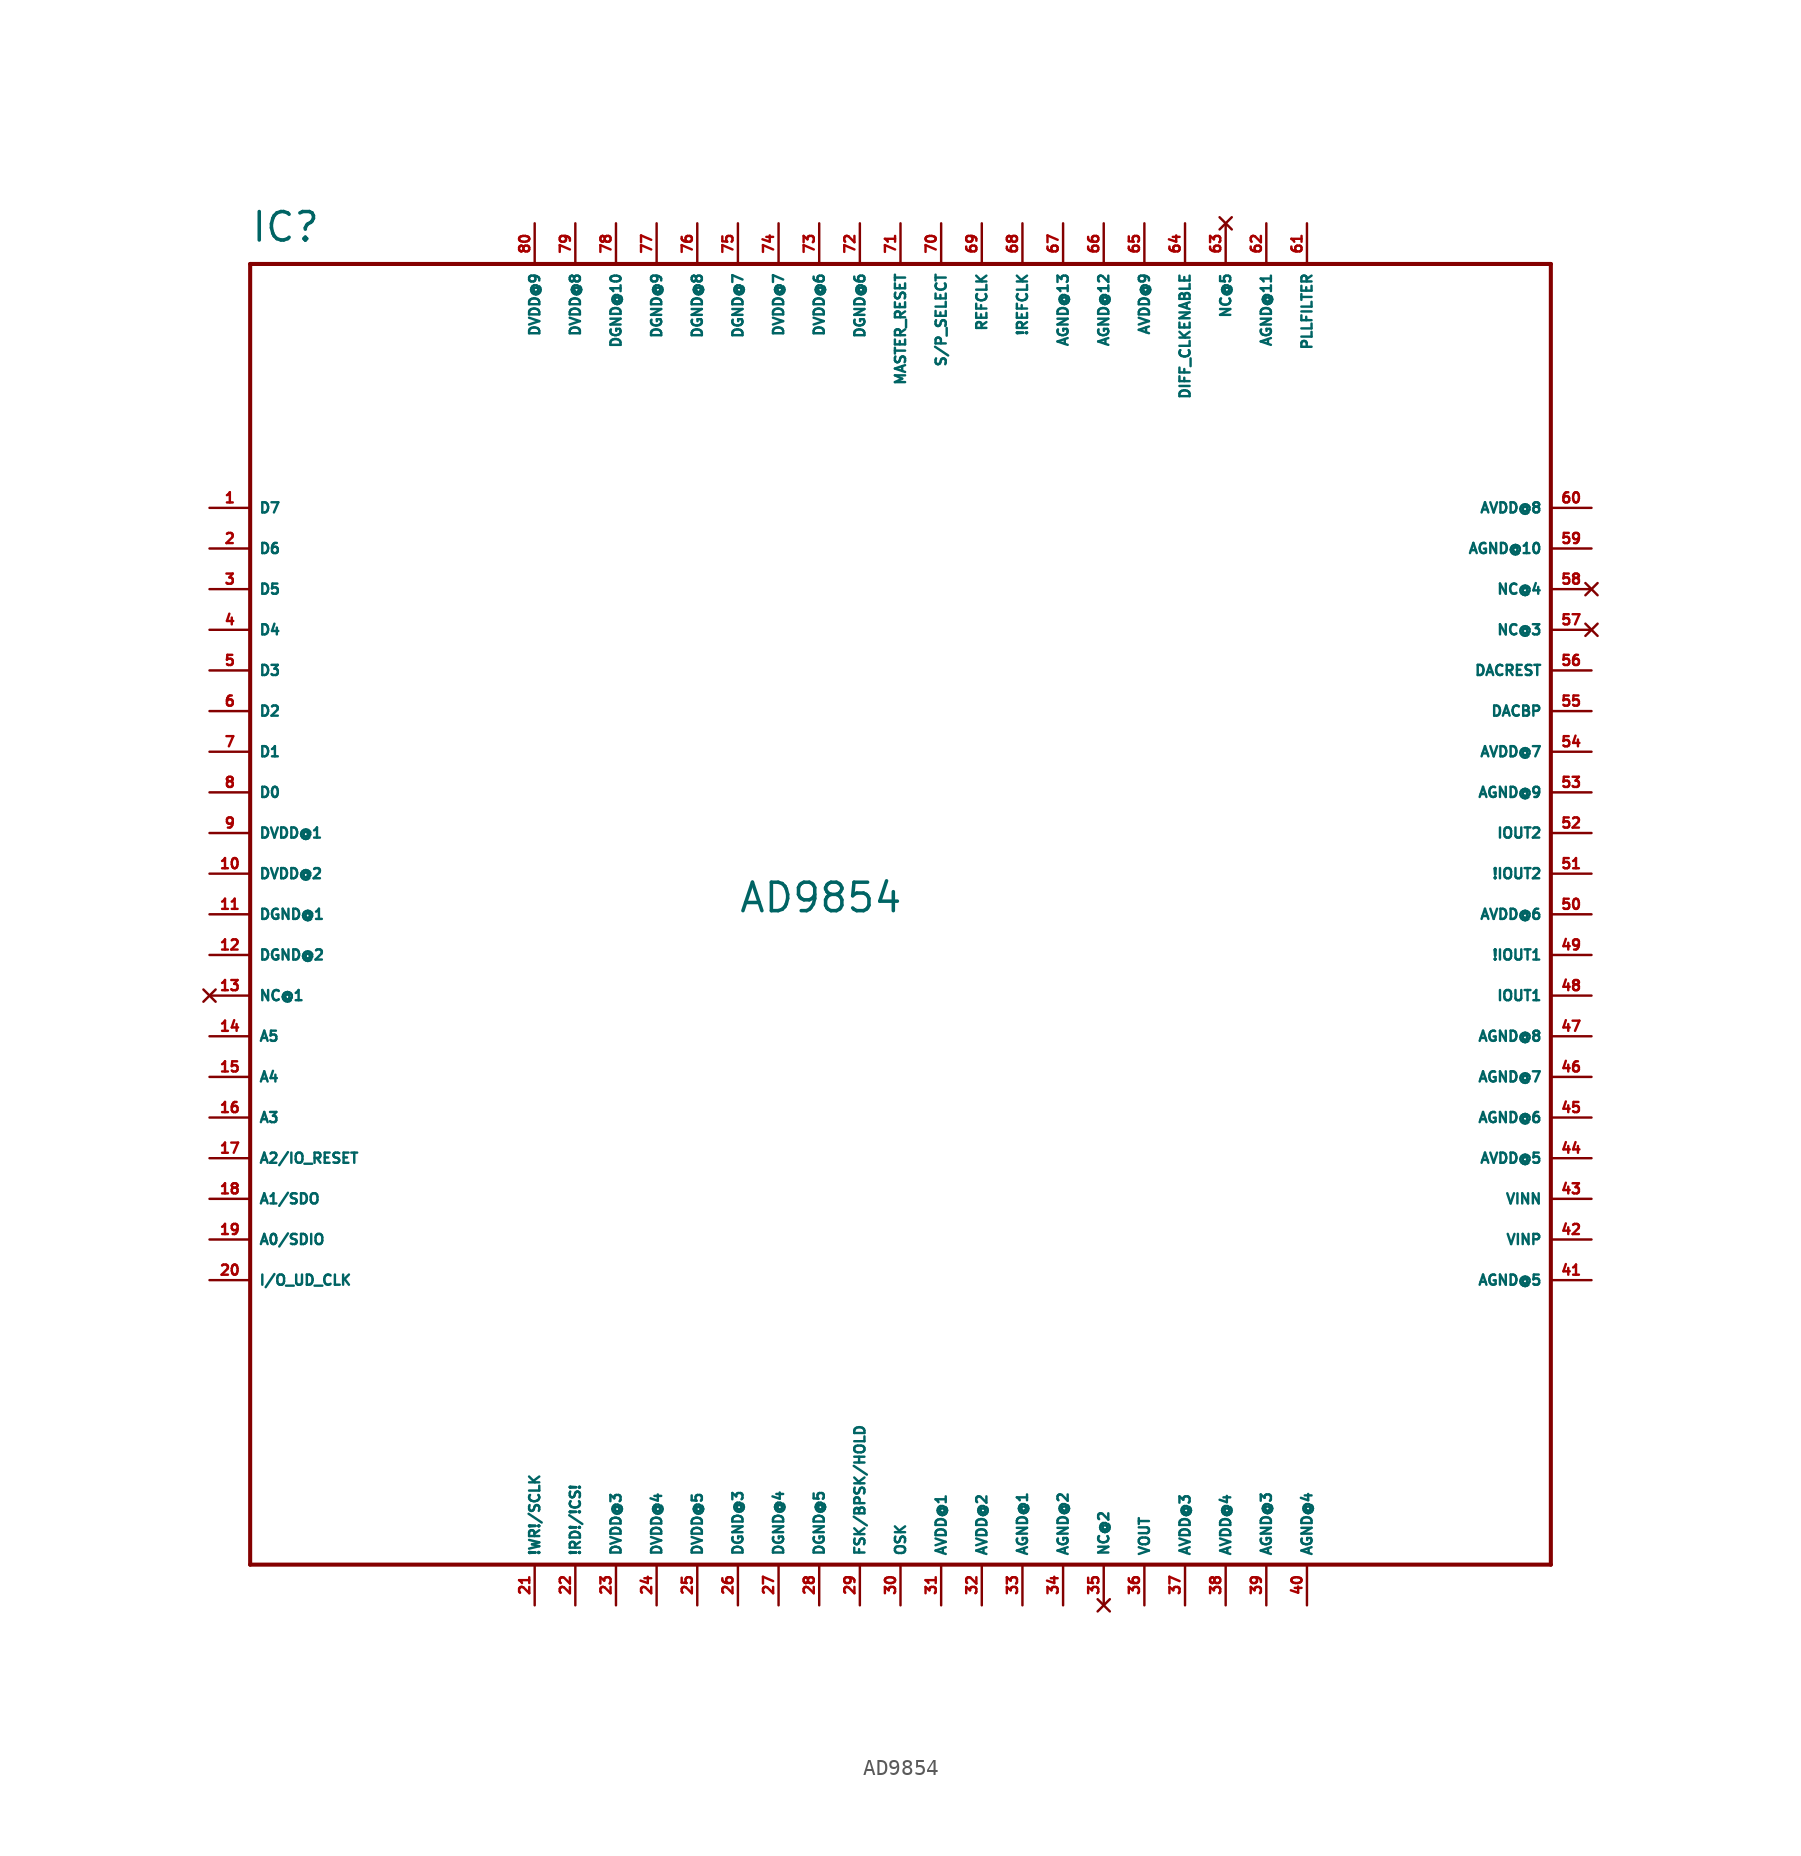
<source format=kicad_sym>
(kicad_symbol_lib
  (version 20220914)
  (generator Eagle2Kicad)
  (symbol "AD9854"
    (property "Reference" "IC"
      (at -40.64 39.37 0)
      (effects (font (size 1.778 1.778) (thickness 0.22)) (justify left bottom)))
    (property "Value" "AD9854"
      (at -10.16 -2.54 0)
      (effects (font (size 1.778 1.778) (thickness 0.22)) (justify left bottom)))
    (polyline
      (pts (xy -40.64 38.1) (xy 40.64 38.1))
      (stroke (width 0.254) (type default))
      (fill (type none)))
    (polyline
      (pts (xy 40.64 38.1) (xy 40.64 -43.18))
      (stroke (width 0.254) (type default))
      (fill (type none)))
    (polyline
      (pts (xy 40.64 -43.18) (xy -40.64 -43.18))
      (stroke (width 0.254) (type default))
      (fill (type none)))
    (polyline
      (pts (xy -40.64 -43.18) (xy -40.64 38.1))
      (stroke (width 0.254) (type default))
      (fill (type none)))
    (pin tri_state line
      (at -43.18 5.08 0)
      (length 2.54)
      (name "D0" (effects (font (size 0.635 0.635) (thickness 0.08)) (justify left bottom)))
      (number "8" (effects (font (size 0.635 0.635) (thickness 0.08)) (justify left bottom))))
    (pin tri_state line
      (at -43.18 7.62 0)
      (length 2.54)
      (name "D1" (effects (font (size 0.635 0.635) (thickness 0.08)) (justify left bottom)))
      (number "7" (effects (font (size 0.635 0.635) (thickness 0.08)) (justify left bottom))))
    (pin tri_state line
      (at -43.18 10.16 0)
      (length 2.54)
      (name "D2" (effects (font (size 0.635 0.635) (thickness 0.08)) (justify left bottom)))
      (number "6" (effects (font (size 0.635 0.635) (thickness 0.08)) (justify left bottom))))
    (pin tri_state line
      (at -43.18 12.7 0)
      (length 2.54)
      (name "D3" (effects (font (size 0.635 0.635) (thickness 0.08)) (justify left bottom)))
      (number "5" (effects (font (size 0.635 0.635) (thickness 0.08)) (justify left bottom))))
    (pin tri_state line
      (at -43.18 15.24 0)
      (length 2.54)
      (name "D4" (effects (font (size 0.635 0.635) (thickness 0.08)) (justify left bottom)))
      (number "4" (effects (font (size 0.635 0.635) (thickness 0.08)) (justify left bottom))))
    (pin tri_state line
      (at -43.18 17.78 0)
      (length 2.54)
      (name "D5" (effects (font (size 0.635 0.635) (thickness 0.08)) (justify left bottom)))
      (number "3" (effects (font (size 0.635 0.635) (thickness 0.08)) (justify left bottom))))
    (pin tri_state line
      (at -43.18 20.32 0)
      (length 2.54)
      (name "D6" (effects (font (size 0.635 0.635) (thickness 0.08)) (justify left bottom)))
      (number "2" (effects (font (size 0.635 0.635) (thickness 0.08)) (justify left bottom))))
    (pin tri_state line
      (at -43.18 22.86 0)
      (length 2.54)
      (name "D7" (effects (font (size 0.635 0.635) (thickness 0.08)) (justify left bottom)))
      (number "1" (effects (font (size 0.635 0.635) (thickness 0.08)) (justify left bottom))))
    (pin unspecified line
      (at -43.18 2.54 0)
      (length 2.54)
      (name "DVDD@1" (effects (font (size 0.635 0.635) (thickness 0.08)) (justify left bottom)))
      (number "9" (effects (font (size 0.635 0.635) (thickness 0.08)) (justify left bottom))))
    (pin unspecified line
      (at -43.18 0 0)
      (length 2.54)
      (name "DVDD@2" (effects (font (size 0.635 0.635) (thickness 0.08)) (justify left bottom)))
      (number "10" (effects (font (size 0.635 0.635) (thickness 0.08)) (justify left bottom))))
    (pin unspecified line
      (at -43.18 -2.54 0)
      (length 2.54)
      (name "DGND@1" (effects (font (size 0.635 0.635) (thickness 0.08)) (justify left bottom)))
      (number "11" (effects (font (size 0.635 0.635) (thickness 0.08)) (justify left bottom))))
    (pin unspecified line
      (at -43.18 -5.08 0)
      (length 2.54)
      (name "DGND@2" (effects (font (size 0.635 0.635) (thickness 0.08)) (justify left bottom)))
      (number "12" (effects (font (size 0.635 0.635) (thickness 0.08)) (justify left bottom))))
    (pin no_connect line
      (at -43.18 -7.62 0)
      (length 2.54)
      (name "NC@1" (effects (font (size 0.635 0.635) (thickness 0.08)) (justify left bottom) hide))
      (number "13" (effects (font (size 0.635 0.635) (thickness 0.08)) (justify left bottom) hide)))
    (pin input line
      (at -43.18 -10.16 0)
      (length 2.54)
      (name "A5" (effects (font (size 0.635 0.635) (thickness 0.08)) (justify left bottom)))
      (number "14" (effects (font (size 0.635 0.635) (thickness 0.08)) (justify left bottom))))
    (pin input line
      (at -43.18 -12.7 0)
      (length 2.54)
      (name "A4" (effects (font (size 0.635 0.635) (thickness 0.08)) (justify left bottom)))
      (number "15" (effects (font (size 0.635 0.635) (thickness 0.08)) (justify left bottom))))
    (pin input line
      (at -43.18 -15.24 0)
      (length 2.54)
      (name "A3" (effects (font (size 0.635 0.635) (thickness 0.08)) (justify left bottom)))
      (number "16" (effects (font (size 0.635 0.635) (thickness 0.08)) (justify left bottom))))
    (pin input line
      (at -43.18 -17.78 0)
      (length 2.54)
      (name "A2/IO_RESET" (effects (font (size 0.635 0.635) (thickness 0.08)) (justify left bottom)))
      (number "17" (effects (font (size 0.635 0.635) (thickness 0.08)) (justify left bottom))))
    (pin input line
      (at -43.18 -20.32 0)
      (length 2.54)
      (name "A1/SDO" (effects (font (size 0.635 0.635) (thickness 0.08)) (justify left bottom)))
      (number "18" (effects (font (size 0.635 0.635) (thickness 0.08)) (justify left bottom))))
    (pin input line
      (at -43.18 -22.86 0)
      (length 2.54)
      (name "A0/SDIO" (effects (font (size 0.635 0.635) (thickness 0.08)) (justify left bottom)))
      (number "19" (effects (font (size 0.635 0.635) (thickness 0.08)) (justify left bottom))))
    (pin input line
      (at -43.18 -25.4 0)
      (length 2.54)
      (name "I/O_UD_CLK" (effects (font (size 0.635 0.635) (thickness 0.08)) (justify left bottom)))
      (number "20" (effects (font (size 0.635 0.635) (thickness 0.08)) (justify left bottom))))
    (pin input line
      (at -22.86 -45.72 90)
      (length 2.54)
      (name "!WR!/SCLK" (effects (font (size 0.635 0.635) (thickness 0.08)) (justify left bottom)))
      (number "21" (effects (font (size 0.635 0.635) (thickness 0.08)) (justify left bottom))))
    (pin input line
      (at -20.32 -45.72 90)
      (length 2.54)
      (name "!RD!/!CS!" (effects (font (size 0.635 0.635) (thickness 0.08)) (justify left bottom)))
      (number "22" (effects (font (size 0.635 0.635) (thickness 0.08)) (justify left bottom))))
    (pin unspecified line
      (at -17.78 -45.72 90)
      (length 2.54)
      (name "DVDD@3" (effects (font (size 0.635 0.635) (thickness 0.08)) (justify left bottom)))
      (number "23" (effects (font (size 0.635 0.635) (thickness 0.08)) (justify left bottom))))
    (pin unspecified line
      (at -15.24 -45.72 90)
      (length 2.54)
      (name "DVDD@4" (effects (font (size 0.635 0.635) (thickness 0.08)) (justify left bottom)))
      (number "24" (effects (font (size 0.635 0.635) (thickness 0.08)) (justify left bottom))))
    (pin unspecified line
      (at -12.7 -45.72 90)
      (length 2.54)
      (name "DVDD@5" (effects (font (size 0.635 0.635) (thickness 0.08)) (justify left bottom)))
      (number "25" (effects (font (size 0.635 0.635) (thickness 0.08)) (justify left bottom))))
    (pin unspecified line
      (at -10.16 -45.72 90)
      (length 2.54)
      (name "DGND@3" (effects (font (size 0.635 0.635) (thickness 0.08)) (justify left bottom)))
      (number "26" (effects (font (size 0.635 0.635) (thickness 0.08)) (justify left bottom))))
    (pin unspecified line
      (at -7.62 -45.72 90)
      (length 2.54)
      (name "DGND@4" (effects (font (size 0.635 0.635) (thickness 0.08)) (justify left bottom)))
      (number "27" (effects (font (size 0.635 0.635) (thickness 0.08)) (justify left bottom))))
    (pin unspecified line
      (at -5.08 -45.72 90)
      (length 2.54)
      (name "DGND@5" (effects (font (size 0.635 0.635) (thickness 0.08)) (justify left bottom)))
      (number "28" (effects (font (size 0.635 0.635) (thickness 0.08)) (justify left bottom))))
    (pin input line
      (at -2.54 -45.72 90)
      (length 2.54)
      (name "FSK/BPSK/HOLD" (effects (font (size 0.635 0.635) (thickness 0.08)) (justify left bottom)))
      (number "29" (effects (font (size 0.635 0.635) (thickness 0.08)) (justify left bottom))))
    (pin input line
      (at 0 -45.72 90)
      (length 2.54)
      (name "OSK" (effects (font (size 0.635 0.635) (thickness 0.08)) (justify left bottom)))
      (number "30" (effects (font (size 0.635 0.635) (thickness 0.08)) (justify left bottom))))
    (pin unspecified line
      (at 2.54 -45.72 90)
      (length 2.54)
      (name "AVDD@1" (effects (font (size 0.635 0.635) (thickness 0.08)) (justify left bottom)))
      (number "31" (effects (font (size 0.635 0.635) (thickness 0.08)) (justify left bottom))))
    (pin unspecified line
      (at 5.08 -45.72 90)
      (length 2.54)
      (name "AVDD@2" (effects (font (size 0.635 0.635) (thickness 0.08)) (justify left bottom)))
      (number "32" (effects (font (size 0.635 0.635) (thickness 0.08)) (justify left bottom))))
    (pin unspecified line
      (at 7.62 -45.72 90)
      (length 2.54)
      (name "AGND@1" (effects (font (size 0.635 0.635) (thickness 0.08)) (justify left bottom)))
      (number "33" (effects (font (size 0.635 0.635) (thickness 0.08)) (justify left bottom))))
    (pin unspecified line
      (at 10.16 -45.72 90)
      (length 2.54)
      (name "AGND@2" (effects (font (size 0.635 0.635) (thickness 0.08)) (justify left bottom)))
      (number "34" (effects (font (size 0.635 0.635) (thickness 0.08)) (justify left bottom))))
    (pin no_connect line
      (at 12.7 -45.72 90)
      (length 2.54)
      (name "NC@2" (effects (font (size 0.635 0.635) (thickness 0.08)) (justify left bottom) hide))
      (number "35" (effects (font (size 0.635 0.635) (thickness 0.08)) (justify left bottom) hide)))
    (pin output line
      (at 15.24 -45.72 90)
      (length 2.54)
      (name "VOUT" (effects (font (size 0.635 0.635) (thickness 0.08)) (justify left bottom)))
      (number "36" (effects (font (size 0.635 0.635) (thickness 0.08)) (justify left bottom))))
    (pin unspecified line
      (at 17.78 -45.72 90)
      (length 2.54)
      (name "AVDD@3" (effects (font (size 0.635 0.635) (thickness 0.08)) (justify left bottom)))
      (number "37" (effects (font (size 0.635 0.635) (thickness 0.08)) (justify left bottom))))
    (pin unspecified line
      (at 20.32 -45.72 90)
      (length 2.54)
      (name "AVDD@4" (effects (font (size 0.635 0.635) (thickness 0.08)) (justify left bottom)))
      (number "38" (effects (font (size 0.635 0.635) (thickness 0.08)) (justify left bottom))))
    (pin unspecified line
      (at 22.86 -45.72 90)
      (length 2.54)
      (name "AGND@3" (effects (font (size 0.635 0.635) (thickness 0.08)) (justify left bottom)))
      (number "39" (effects (font (size 0.635 0.635) (thickness 0.08)) (justify left bottom))))
    (pin unspecified line
      (at 25.4 -45.72 90)
      (length 2.54)
      (name "AGND@4" (effects (font (size 0.635 0.635) (thickness 0.08)) (justify left bottom)))
      (number "40" (effects (font (size 0.635 0.635) (thickness 0.08)) (justify left bottom))))
    (pin unspecified line
      (at 43.18 -25.4 180)
      (length 2.54)
      (name "AGND@5" (effects (font (size 0.635 0.635) (thickness 0.08)) (justify left bottom)))
      (number "41" (effects (font (size 0.635 0.635) (thickness 0.08)) (justify left bottom))))
    (pin input line
      (at 43.18 -22.86 180)
      (length 2.54)
      (name "VINP" (effects (font (size 0.635 0.635) (thickness 0.08)) (justify left bottom)))
      (number "42" (effects (font (size 0.635 0.635) (thickness 0.08)) (justify left bottom))))
    (pin input line
      (at 43.18 -20.32 180)
      (length 2.54)
      (name "VINN" (effects (font (size 0.635 0.635) (thickness 0.08)) (justify left bottom)))
      (number "43" (effects (font (size 0.635 0.635) (thickness 0.08)) (justify left bottom))))
    (pin unspecified line
      (at 43.18 -17.78 180)
      (length 2.54)
      (name "AVDD@5" (effects (font (size 0.635 0.635) (thickness 0.08)) (justify left bottom)))
      (number "44" (effects (font (size 0.635 0.635) (thickness 0.08)) (justify left bottom))))
    (pin unspecified line
      (at 43.18 -15.24 180)
      (length 2.54)
      (name "AGND@6" (effects (font (size 0.635 0.635) (thickness 0.08)) (justify left bottom)))
      (number "45" (effects (font (size 0.635 0.635) (thickness 0.08)) (justify left bottom))))
    (pin unspecified line
      (at 43.18 -12.7 180)
      (length 2.54)
      (name "AGND@7" (effects (font (size 0.635 0.635) (thickness 0.08)) (justify left bottom)))
      (number "46" (effects (font (size 0.635 0.635) (thickness 0.08)) (justify left bottom))))
    (pin unspecified line
      (at 43.18 -10.16 180)
      (length 2.54)
      (name "AGND@8" (effects (font (size 0.635 0.635) (thickness 0.08)) (justify left bottom)))
      (number "47" (effects (font (size 0.635 0.635) (thickness 0.08)) (justify left bottom))))
    (pin output line
      (at 43.18 -7.62 180)
      (length 2.54)
      (name "IOUT1" (effects (font (size 0.635 0.635) (thickness 0.08)) (justify left bottom)))
      (number "48" (effects (font (size 0.635 0.635) (thickness 0.08)) (justify left bottom))))
    (pin output line
      (at 43.18 -5.08 180)
      (length 2.54)
      (name "!IOUT1" (effects (font (size 0.635 0.635) (thickness 0.08)) (justify left bottom)))
      (number "49" (effects (font (size 0.635 0.635) (thickness 0.08)) (justify left bottom))))
    (pin output line
      (at 43.18 0 180)
      (length 2.54)
      (name "!IOUT2" (effects (font (size 0.635 0.635) (thickness 0.08)) (justify left bottom)))
      (number "51" (effects (font (size 0.635 0.635) (thickness 0.08)) (justify left bottom))))
    (pin output line
      (at 43.18 2.54 180)
      (length 2.54)
      (name "IOUT2" (effects (font (size 0.635 0.635) (thickness 0.08)) (justify left bottom)))
      (number "52" (effects (font (size 0.635 0.635) (thickness 0.08)) (justify left bottom))))
    (pin unspecified line
      (at 43.18 -2.54 180)
      (length 2.54)
      (name "AVDD@6" (effects (font (size 0.635 0.635) (thickness 0.08)) (justify left bottom)))
      (number "50" (effects (font (size 0.635 0.635) (thickness 0.08)) (justify left bottom))))
    (pin unspecified line
      (at 43.18 5.08 180)
      (length 2.54)
      (name "AGND@9" (effects (font (size 0.635 0.635) (thickness 0.08)) (justify left bottom)))
      (number "53" (effects (font (size 0.635 0.635) (thickness 0.08)) (justify left bottom))))
    (pin unspecified line
      (at 43.18 7.62 180)
      (length 2.54)
      (name "AVDD@7" (effects (font (size 0.635 0.635) (thickness 0.08)) (justify left bottom)))
      (number "54" (effects (font (size 0.635 0.635) (thickness 0.08)) (justify left bottom))))
    (pin input line
      (at 43.18 10.16 180)
      (length 2.54)
      (name "DACBP" (effects (font (size 0.635 0.635) (thickness 0.08)) (justify left bottom)))
      (number "55" (effects (font (size 0.635 0.635) (thickness 0.08)) (justify left bottom))))
    (pin input line
      (at 43.18 12.7 180)
      (length 2.54)
      (name "DACREST" (effects (font (size 0.635 0.635) (thickness 0.08)) (justify left bottom)))
      (number "56" (effects (font (size 0.635 0.635) (thickness 0.08)) (justify left bottom))))
    (pin no_connect line
      (at 43.18 15.24 180)
      (length 2.54)
      (name "NC@3" (effects (font (size 0.635 0.635) (thickness 0.08)) (justify left bottom) hide))
      (number "57" (effects (font (size 0.635 0.635) (thickness 0.08)) (justify left bottom) hide)))
    (pin no_connect line
      (at 43.18 17.78 180)
      (length 2.54)
      (name "NC@4" (effects (font (size 0.635 0.635) (thickness 0.08)) (justify left bottom) hide))
      (number "58" (effects (font (size 0.635 0.635) (thickness 0.08)) (justify left bottom) hide)))
    (pin unspecified line
      (at 43.18 20.32 180)
      (length 2.54)
      (name "AGND@10" (effects (font (size 0.635 0.635) (thickness 0.08)) (justify left bottom)))
      (number "59" (effects (font (size 0.635 0.635) (thickness 0.08)) (justify left bottom))))
    (pin unspecified line
      (at 43.18 22.86 180)
      (length 2.54)
      (name "AVDD@8" (effects (font (size 0.635 0.635) (thickness 0.08)) (justify left bottom)))
      (number "60" (effects (font (size 0.635 0.635) (thickness 0.08)) (justify left bottom))))
    (pin input line
      (at 25.4 40.64 270)
      (length 2.54)
      (name "PLLFILTER" (effects (font (size 0.635 0.635) (thickness 0.08)) (justify left bottom)))
      (number "61" (effects (font (size 0.635 0.635) (thickness 0.08)) (justify left bottom))))
    (pin unspecified line
      (at 22.86 40.64 270)
      (length 2.54)
      (name "AGND@11" (effects (font (size 0.635 0.635) (thickness 0.08)) (justify left bottom)))
      (number "62" (effects (font (size 0.635 0.635) (thickness 0.08)) (justify left bottom))))
    (pin no_connect line
      (at 20.32 40.64 270)
      (length 2.54)
      (name "NC@5" (effects (font (size 0.635 0.635) (thickness 0.08)) (justify left bottom) hide))
      (number "63" (effects (font (size 0.635 0.635) (thickness 0.08)) (justify left bottom) hide)))
    (pin input line
      (at 17.78 40.64 270)
      (length 2.54)
      (name "DIFF_CLKENABLE" (effects (font (size 0.635 0.635) (thickness 0.08)) (justify left bottom)))
      (number "64" (effects (font (size 0.635 0.635) (thickness 0.08)) (justify left bottom))))
    (pin unspecified line
      (at 15.24 40.64 270)
      (length 2.54)
      (name "AVDD@9" (effects (font (size 0.635 0.635) (thickness 0.08)) (justify left bottom)))
      (number "65" (effects (font (size 0.635 0.635) (thickness 0.08)) (justify left bottom))))
    (pin unspecified line
      (at 12.7 40.64 270)
      (length 2.54)
      (name "AGND@12" (effects (font (size 0.635 0.635) (thickness 0.08)) (justify left bottom)))
      (number "66" (effects (font (size 0.635 0.635) (thickness 0.08)) (justify left bottom))))
    (pin unspecified line
      (at 10.16 40.64 270)
      (length 2.54)
      (name "AGND@13" (effects (font (size 0.635 0.635) (thickness 0.08)) (justify left bottom)))
      (number "67" (effects (font (size 0.635 0.635) (thickness 0.08)) (justify left bottom))))
    (pin input line
      (at 7.62 40.64 270)
      (length 2.54)
      (name "!REFCLK" (effects (font (size 0.635 0.635) (thickness 0.08)) (justify left bottom)))
      (number "68" (effects (font (size 0.635 0.635) (thickness 0.08)) (justify left bottom))))
    (pin input line
      (at 5.08 40.64 270)
      (length 2.54)
      (name "REFCLK" (effects (font (size 0.635 0.635) (thickness 0.08)) (justify left bottom)))
      (number "69" (effects (font (size 0.635 0.635) (thickness 0.08)) (justify left bottom))))
    (pin input line
      (at 2.54 40.64 270)
      (length 2.54)
      (name "S/P_SELECT" (effects (font (size 0.635 0.635) (thickness 0.08)) (justify left bottom)))
      (number "70" (effects (font (size 0.635 0.635) (thickness 0.08)) (justify left bottom))))
    (pin input line
      (at 0 40.64 270)
      (length 2.54)
      (name "MASTER_RESET" (effects (font (size 0.635 0.635) (thickness 0.08)) (justify left bottom)))
      (number "71" (effects (font (size 0.635 0.635) (thickness 0.08)) (justify left bottom))))
    (pin unspecified line
      (at -2.54 40.64 270)
      (length 2.54)
      (name "DGND@6" (effects (font (size 0.635 0.635) (thickness 0.08)) (justify left bottom)))
      (number "72" (effects (font (size 0.635 0.635) (thickness 0.08)) (justify left bottom))))
    (pin unspecified line
      (at -5.08 40.64 270)
      (length 2.54)
      (name "DVDD@6" (effects (font (size 0.635 0.635) (thickness 0.08)) (justify left bottom)))
      (number "73" (effects (font (size 0.635 0.635) (thickness 0.08)) (justify left bottom))))
    (pin unspecified line
      (at -7.62 40.64 270)
      (length 2.54)
      (name "DVDD@7" (effects (font (size 0.635 0.635) (thickness 0.08)) (justify left bottom)))
      (number "74" (effects (font (size 0.635 0.635) (thickness 0.08)) (justify left bottom))))
    (pin unspecified line
      (at -10.16 40.64 270)
      (length 2.54)
      (name "DGND@7" (effects (font (size 0.635 0.635) (thickness 0.08)) (justify left bottom)))
      (number "75" (effects (font (size 0.635 0.635) (thickness 0.08)) (justify left bottom))))
    (pin unspecified line
      (at -12.7 40.64 270)
      (length 2.54)
      (name "DGND@8" (effects (font (size 0.635 0.635) (thickness 0.08)) (justify left bottom)))
      (number "76" (effects (font (size 0.635 0.635) (thickness 0.08)) (justify left bottom))))
    (pin unspecified line
      (at -15.24 40.64 270)
      (length 2.54)
      (name "DGND@9" (effects (font (size 0.635 0.635) (thickness 0.08)) (justify left bottom)))
      (number "77" (effects (font (size 0.635 0.635) (thickness 0.08)) (justify left bottom))))
    (pin unspecified line
      (at -17.78 40.64 270)
      (length 2.54)
      (name "DGND@10" (effects (font (size 0.635 0.635) (thickness 0.08)) (justify left bottom)))
      (number "78" (effects (font (size 0.635 0.635) (thickness 0.08)) (justify left bottom))))
    (pin unspecified line
      (at -20.32 40.64 270)
      (length 2.54)
      (name "DVDD@8" (effects (font (size 0.635 0.635) (thickness 0.08)) (justify left bottom)))
      (number "79" (effects (font (size 0.635 0.635) (thickness 0.08)) (justify left bottom))))
    (pin unspecified line
      (at -22.86 40.64 270)
      (length 2.54)
      (name "DVDD@9" (effects (font (size 0.635 0.635) (thickness 0.08)) (justify left bottom)))
      (number "80" (effects (font (size 0.635 0.635) (thickness 0.08)) (justify left bottom))))))
</source>
